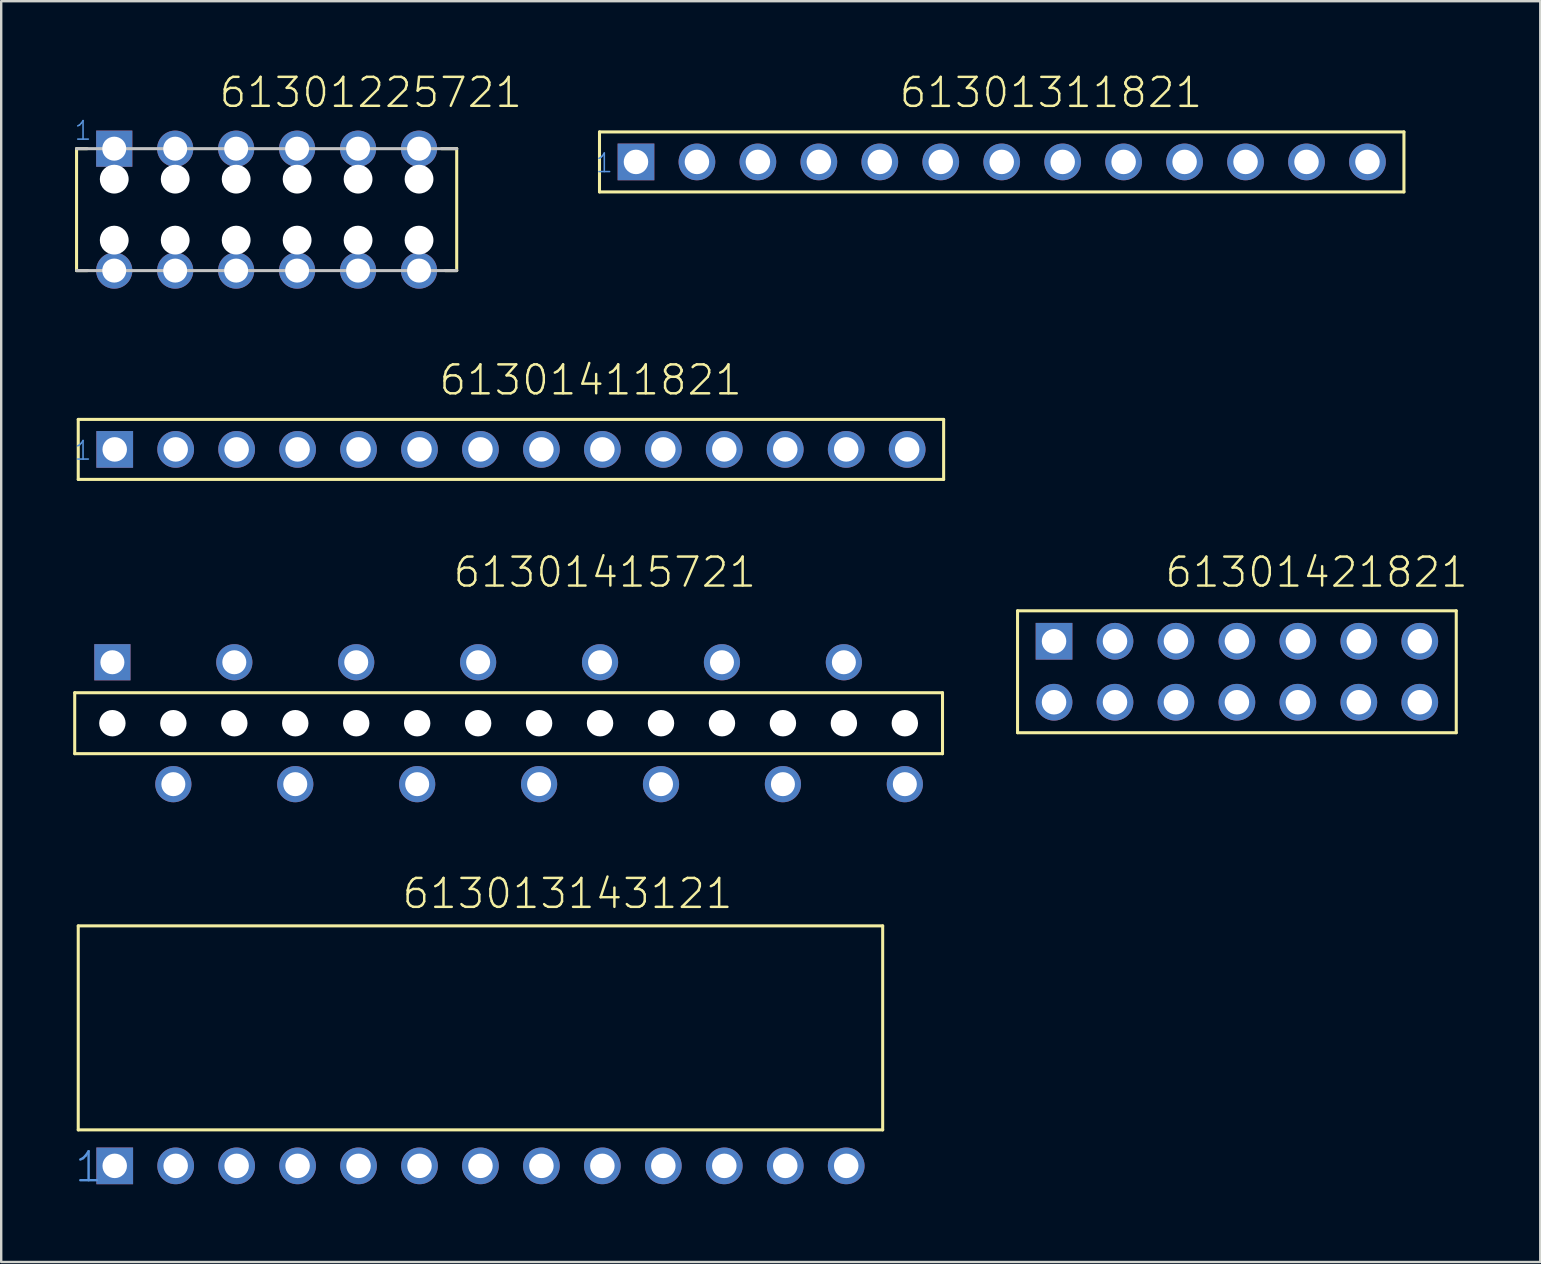
<source format=kicad_pcb>
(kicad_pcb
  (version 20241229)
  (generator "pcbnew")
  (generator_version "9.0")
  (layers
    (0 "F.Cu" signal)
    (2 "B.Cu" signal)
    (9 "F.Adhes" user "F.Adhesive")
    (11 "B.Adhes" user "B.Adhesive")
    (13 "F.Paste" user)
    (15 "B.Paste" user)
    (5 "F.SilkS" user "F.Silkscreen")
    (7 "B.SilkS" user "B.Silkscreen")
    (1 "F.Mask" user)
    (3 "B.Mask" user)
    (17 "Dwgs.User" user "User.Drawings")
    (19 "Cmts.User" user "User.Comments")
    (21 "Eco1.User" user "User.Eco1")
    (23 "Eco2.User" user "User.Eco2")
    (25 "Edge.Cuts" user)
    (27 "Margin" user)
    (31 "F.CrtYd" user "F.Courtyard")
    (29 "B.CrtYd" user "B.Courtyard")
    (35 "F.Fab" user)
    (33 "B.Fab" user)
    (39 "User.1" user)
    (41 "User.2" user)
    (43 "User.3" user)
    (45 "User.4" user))
  (footprint "61301421821"
    (layer "F.Cu")
    (at 48.49 24.941)
    (property "Reference" "61301421821" (at -3.063 -3.44 0) (layer "F.SilkS") (effects (font (size 1.206 1.206) (thickness 0.102)) (justify left bottom)))
    (attr through_hole)
    (fp_line (start -9.14 -2.54) (end -9.14 2.54) (stroke (width 0.127) (type solid)) (layer "F.SilkS"))
    (fp_line (start -9.14 2.54) (end 9.14 2.54) (stroke (width 0.127) (type solid)) (layer "F.SilkS"))
    (fp_line (start 9.14 -2.54) (end -9.14 -2.54) (stroke (width 0.127) (type solid)) (layer "F.SilkS"))
    (fp_line (start 9.14 2.54) (end 9.14 -2.54) (stroke (width 0.127) (type solid)) (layer "F.SilkS"))
    (fp_text user "1" (at -7.85 -1 0) (layer "Cmts.User") (effects (font (size 0.579 0.579) (thickness 0.049)) (justify left bottom)))
    (pad "1" thru_hole rect (at -7.62 -1.27) (size 1.53 1.53) (drill 1.02) (layers "*.Cu" "*.Mask"))
    (pad "2" thru_hole circle (at -5.08 -1.27) (size 1.53 1.53) (drill 1.02) (layers "*.Cu" "*.Mask"))
    (pad "3" thru_hole circle (at -2.54 -1.27) (size 1.53 1.53) (drill 1.02) (layers "*.Cu" "*.Mask"))
    (pad "4" thru_hole circle (at 0 -1.27) (size 1.53 1.53) (drill 1.02) (layers "*.Cu" "*.Mask"))
    (pad "5" thru_hole circle (at 2.54 -1.27) (size 1.53 1.53) (drill 1.02) (layers "*.Cu" "*.Mask"))
    (pad "6" thru_hole circle (at 5.08 -1.27) (size 1.53 1.53) (drill 1.02) (layers "*.Cu" "*.Mask"))
    (pad "7" thru_hole circle (at 7.62 -1.27) (size 1.53 1.53) (drill 1.02) (layers "*.Cu" "*.Mask"))
    (pad "8" thru_hole circle (at 7.62 1.27) (size 1.53 1.53) (drill 1.02) (layers "*.Cu" "*.Mask"))
    (pad "9" thru_hole circle (at 5.08 1.27) (size 1.53 1.53) (drill 1.02) (layers "*.Cu" "*.Mask"))
    (pad "10" thru_hole circle (at 2.54 1.27) (size 1.53 1.53) (drill 1.02) (layers "*.Cu" "*.Mask"))
    (pad "11" thru_hole circle (at 0 1.27) (size 1.53 1.53) (drill 1.02) (layers "*.Cu" "*.Mask"))
    (pad "12" thru_hole circle (at -2.54 1.27) (size 1.53 1.53) (drill 1.02) (layers "*.Cu" "*.Mask"))
    (pad "13" thru_hole circle (at -5.08 1.27) (size 1.53 1.53) (drill 1.02) (layers "*.Cu" "*.Mask"))
    (pad "14" thru_hole circle (at -7.62 1.27) (size 1.53 1.53) (drill 1.02) (layers "*.Cu" "*.Mask")))
  (footprint "61301225721"
    (layer "F.Cu")
    (at 8.06 5.685)
    (property "Reference" "61301225721" (at -2.043 -4.174 0) (layer "F.SilkS") (effects (font (size 1.206 1.206) (thickness 0.102)) (justify left bottom)))
    (attr through_hole)
    (fp_line (start -7.92 2.54) (end -7.92 -2.54) (stroke (width 0.127) (type solid)) (layer "F.SilkS"))
    (fp_line (start -7.48 -2.54) (end -7.92 -2.54) (stroke (width 0.127) (type solid)) (layer "F.SilkS"))
    (fp_line (start -7.46 2.54) (end -7.92 2.54) (stroke (width 0.127) (type solid)) (layer "F.SilkS"))
    (fp_line (start 7.29 -2.54) (end 7.92 -2.54) (stroke (width 0.127) (type solid)) (layer "F.SilkS"))
    (fp_line (start 7.44 2.54) (end 7.92 2.54) (stroke (width 0.127) (type solid)) (layer "F.SilkS"))
    (fp_line (start 7.92 -2.54) (end 7.92 2.54) (stroke (width 0.127) (type solid)) (layer "F.SilkS"))
    (fp_line (start -7.92 -2.54) (end 7.92 -2.54) (stroke (width 0.127) (type solid)) (layer "Dwgs.User"))
    (fp_line (start 7.92 2.54) (end -7.92 2.54) (stroke (width 0.127) (type solid)) (layer "Dwgs.User"))
    (fp_text user "1" (at -8.06 -2.84 0) (layer "Cmts.User") (effects (font (size 0.772 0.772) (thickness 0.065)) (justify left bottom)))
    (pad "" np_thru_hole circle (at -6.35 -1.27) (size 1.2 1.2) (drill 1.2) (layers "*.Cu"))
    (pad "" np_thru_hole circle (at -6.35 1.27) (size 1.2 1.2) (drill 1.2) (layers "*.Cu"))
    (pad "" np_thru_hole circle (at -3.81 -1.27) (size 1.2 1.2) (drill 1.2) (layers "*.Cu"))
    (pad "" np_thru_hole circle (at -3.81 1.27) (size 1.2 1.2) (drill 1.2) (layers "*.Cu"))
    (pad "" np_thru_hole circle (at -1.27 -1.27) (size 1.2 1.2) (drill 1.2) (layers "*.Cu"))
    (pad "" np_thru_hole circle (at -1.27 1.27) (size 1.2 1.2) (drill 1.2) (layers "*.Cu"))
    (pad "" np_thru_hole circle (at 1.27 -1.27) (size 1.2 1.2) (drill 1.2) (layers "*.Cu"))
    (pad "" np_thru_hole circle (at 1.27 1.27) (size 1.2 1.2) (drill 1.2) (layers "*.Cu"))
    (pad "" np_thru_hole circle (at 3.81 -1.27) (size 1.2 1.2) (drill 1.2) (layers "*.Cu"))
    (pad "" np_thru_hole circle (at 3.81 1.27) (size 1.2 1.2) (drill 1.2) (layers "*.Cu"))
    (pad "" np_thru_hole circle (at 6.35 -1.27) (size 1.2 1.2) (drill 1.2) (layers "*.Cu"))
    (pad "" np_thru_hole circle (at 6.35 1.27) (size 1.2 1.2) (drill 1.2) (layers "*.Cu"))
    (pad "1" thru_hole rect (at -6.35 -2.54) (size 1.508 1.508) (drill 1) (layers "*.Cu" "*.Mask"))
    (pad "2" thru_hole circle (at -3.81 -2.54) (size 1.508 1.508) (drill 1) (layers "*.Cu" "*.Mask"))
    (pad "3" thru_hole circle (at -1.27 -2.54) (size 1.508 1.508) (drill 1) (layers "*.Cu" "*.Mask"))
    (pad "4" thru_hole circle (at 1.27 -2.54) (size 1.508 1.508) (drill 1) (layers "*.Cu" "*.Mask"))
    (pad "5" thru_hole circle (at 3.81 -2.54) (size 1.508 1.508) (drill 1) (layers "*.Cu" "*.Mask"))
    (pad "6" thru_hole circle (at 6.35 -2.54) (size 1.508 1.508) (drill 1) (layers "*.Cu" "*.Mask"))
    (pad "7" thru_hole circle (at 6.35 2.54) (size 1.508 1.508) (drill 1) (layers "*.Cu" "*.Mask"))
    (pad "8" thru_hole circle (at 3.81 2.54) (size 1.508 1.508) (drill 1) (layers "*.Cu" "*.Mask"))
    (pad "9" thru_hole circle (at 1.27 2.54) (size 1.508 1.508) (drill 1) (layers "*.Cu" "*.Mask"))
    (pad "10" thru_hole circle (at -1.27 2.54) (size 1.508 1.508) (drill 1) (layers "*.Cu" "*.Mask"))
    (pad "11" thru_hole circle (at -3.81 2.54) (size 1.508 1.508) (drill 1) (layers "*.Cu" "*.Mask"))
    (pad "12" thru_hole circle (at -6.35 2.54) (size 1.508 1.508) (drill 1) (layers "*.Cu" "*.Mask")))
  (footprint "613013143121"
    (layer "F.Cu")
    (at 16.97 45.53)
    (property "Reference" "613013143121" (at -3.33 -10.64 0) (layer "F.SilkS") (effects (font (size 1.206 1.206) (thickness 0.102)) (justify left bottom)))
    (attr through_hole)
    (fp_line (start -16.76 -10) (end -16.76 -1.5) (stroke (width 0.127) (type solid)) (layer "F.SilkS"))
    (fp_line (start -16.76 -10) (end 16.76 -10) (stroke (width 0.127) (type solid)) (layer "F.SilkS"))
    (fp_line (start -16.76 -1.5) (end 16.76 -1.5) (stroke (width 0.127) (type solid)) (layer "F.SilkS"))
    (fp_line (start 16.76 -10) (end 16.76 -1.5) (stroke (width 0.127) (type solid)) (layer "F.SilkS"))
    (fp_text user "1" (at -16.97 0.75 0) (layer "Cmts.User") (effects (font (size 1.206 1.206) (thickness 0.102)) (justify left bottom)))
    (pad "1" thru_hole rect (at -15.24 0) (size 1.53 1.53) (drill 1.02) (layers "*.Cu" "*.Mask"))
    (pad "2" thru_hole circle (at -12.7 0) (size 1.53 1.53) (drill 1.02) (layers "*.Cu" "*.Mask"))
    (pad "3" thru_hole circle (at -10.16 0) (size 1.53 1.53) (drill 1.02) (layers "*.Cu" "*.Mask"))
    (pad "4" thru_hole circle (at -7.62 0) (size 1.53 1.53) (drill 1.02) (layers "*.Cu" "*.Mask"))
    (pad "5" thru_hole circle (at -5.08 0) (size 1.53 1.53) (drill 1.02) (layers "*.Cu" "*.Mask"))
    (pad "6" thru_hole circle (at -2.54 0) (size 1.53 1.53) (drill 1.02) (layers "*.Cu" "*.Mask"))
    (pad "7" thru_hole circle (at 0 0) (size 1.53 1.53) (drill 1.02) (layers "*.Cu" "*.Mask"))
    (pad "8" thru_hole circle (at 2.54 0) (size 1.53 1.53) (drill 1.02) (layers "*.Cu" "*.Mask"))
    (pad "9" thru_hole circle (at 5.08 0) (size 1.53 1.53) (drill 1.02) (layers "*.Cu" "*.Mask"))
    (pad "10" thru_hole circle (at 7.62 0) (size 1.53 1.53) (drill 1.02) (layers "*.Cu" "*.Mask"))
    (pad "11" thru_hole circle (at 10.16 0) (size 1.53 1.53) (drill 1.02) (layers "*.Cu" "*.Mask"))
    (pad "12" thru_hole circle (at 12.7 0) (size 1.53 1.53) (drill 1.02) (layers "*.Cu" "*.Mask"))
    (pad "13" thru_hole circle (at 15.24 0) (size 1.53 1.53) (drill 1.02) (layers "*.Cu" "*.Mask")))
  (footprint "61301415721"
    (layer "F.Cu")
    (at 18.143 27.085)
    (property "Reference" "61301415721" (at -2.375 -5.584 0) (layer "F.SilkS") (effects (font (size 1.206 1.206) (thickness 0.102)) (justify left bottom)))
    (attr through_hole)
    (fp_line (start -18.08 -1.27) (end 18.08 -1.27) (stroke (width 0.127) (type solid)) (layer "F.SilkS"))
    (fp_line (start -18.08 1.27) (end -18.08 -1.27) (stroke (width 0.127) (type solid)) (layer "F.SilkS"))
    (fp_line (start 18.08 -1.27) (end 18.08 1.27) (stroke (width 0.127) (type solid)) (layer "F.SilkS"))
    (fp_line (start 18.08 1.27) (end -18.08 1.27) (stroke (width 0.127) (type solid)) (layer "F.SilkS"))
    (pad "" np_thru_hole circle (at -16.51 0) (size 1.1 1.1) (drill 1.1) (layers "*.Cu"))
    (pad "" np_thru_hole circle (at -13.97 0) (size 1.1 1.1) (drill 1.1) (layers "*.Cu"))
    (pad "" np_thru_hole circle (at -11.43 0) (size 1.1 1.1) (drill 1.1) (layers "*.Cu"))
    (pad "" np_thru_hole circle (at -8.89 0) (size 1.1 1.1) (drill 1.1) (layers "*.Cu"))
    (pad "" np_thru_hole circle (at -6.35 0) (size 1.1 1.1) (drill 1.1) (layers "*.Cu"))
    (pad "" np_thru_hole circle (at -3.81 0) (size 1.1 1.1) (drill 1.1) (layers "*.Cu"))
    (pad "" np_thru_hole circle (at -1.27 0) (size 1.1 1.1) (drill 1.1) (layers "*.Cu"))
    (pad "" np_thru_hole circle (at 1.27 0) (size 1.1 1.1) (drill 1.1) (layers "*.Cu"))
    (pad "" np_thru_hole circle (at 3.81 0) (size 1.1 1.1) (drill 1.1) (layers "*.Cu"))
    (pad "" np_thru_hole circle (at 6.35 0) (size 1.1 1.1) (drill 1.1) (layers "*.Cu"))
    (pad "" np_thru_hole circle (at 8.89 0) (size 1.1 1.1) (drill 1.1) (layers "*.Cu"))
    (pad "" np_thru_hole circle (at 11.43 0) (size 1.1 1.1) (drill 1.1) (layers "*.Cu"))
    (pad "" np_thru_hole circle (at 13.97 0) (size 1.1 1.1) (drill 1.1) (layers "*.Cu"))
    (pad "" np_thru_hole circle (at 16.51 0) (size 1.1 1.1) (drill 1.1) (layers "*.Cu"))
    (pad "1" thru_hole rect (at -16.51 -2.54) (size 1.508 1.508) (drill 1) (layers "*.Cu" "*.Mask"))
    (pad "2" thru_hole circle (at -11.43 -2.54) (size 1.508 1.508) (drill 1) (layers "*.Cu" "*.Mask"))
    (pad "3" thru_hole circle (at -6.35 -2.54) (size 1.508 1.508) (drill 1) (layers "*.Cu" "*.Mask"))
    (pad "4" thru_hole circle (at -1.27 -2.54) (size 1.508 1.508) (drill 1) (layers "*.Cu" "*.Mask"))
    (pad "5" thru_hole circle (at 3.81 -2.54) (size 1.508 1.508) (drill 1) (layers "*.Cu" "*.Mask"))
    (pad "6" thru_hole circle (at 8.89 -2.54) (size 1.508 1.508) (drill 1) (layers "*.Cu" "*.Mask"))
    (pad "7" thru_hole circle (at 13.97 -2.54) (size 1.508 1.508) (drill 1) (layers "*.Cu" "*.Mask"))
    (pad "8" thru_hole circle (at 16.51 2.54) (size 1.508 1.508) (drill 1) (layers "*.Cu" "*.Mask"))
    (pad "9" thru_hole circle (at 11.43 2.54) (size 1.508 1.508) (drill 1) (layers "*.Cu" "*.Mask"))
    (pad "10" thru_hole circle (at 6.35 2.54) (size 1.508 1.508) (drill 1) (layers "*.Cu" "*.Mask"))
    (pad "11" thru_hole circle (at 1.27 2.54) (size 1.508 1.508) (drill 1) (layers "*.Cu" "*.Mask"))
    (pad "12" thru_hole circle (at -3.81 2.54) (size 1.508 1.508) (drill 1) (layers "*.Cu" "*.Mask"))
    (pad "13" thru_hole circle (at -8.89 2.54) (size 1.508 1.508) (drill 1) (layers "*.Cu" "*.Mask"))
    (pad "14" thru_hole circle (at -13.97 2.54) (size 1.508 1.508) (drill 1) (layers "*.Cu" "*.Mask")))
  (footprint "61301411821"
    (layer "F.Cu")
    (at 18.24 15.676)
    (property "Reference" "61301411821" (at -3.063 -2.185 0) (layer "F.SilkS") (effects (font (size 1.206 1.206) (thickness 0.102)) (justify left bottom)))
    (attr through_hole)
    (fp_line (start -18.03 -1.25) (end -18.03 1.25) (stroke (width 0.127) (type solid)) (layer "F.SilkS"))
    (fp_line (start -18.03 1.25) (end 18.03 1.25) (stroke (width 0.127) (type solid)) (layer "F.SilkS"))
    (fp_line (start 18.03 -1.25) (end -18.03 -1.25) (stroke (width 0.127) (type solid)) (layer "F.SilkS"))
    (fp_line (start 18.03 1.25) (end 18.03 -1.25) (stroke (width 0.127) (type solid)) (layer "F.SilkS"))
    (fp_text user "1" (at -18.24 0.5 0) (layer "Cmts.User") (effects (font (size 0.772 0.772) (thickness 0.065)) (justify left bottom)))
    (pad "1" thru_hole rect (at -16.51 0) (size 1.53 1.53) (drill 1.02) (layers "*.Cu" "*.Mask"))
    (pad "2" thru_hole circle (at -13.97 0) (size 1.53 1.53) (drill 1.02) (layers "*.Cu" "*.Mask"))
    (pad "3" thru_hole circle (at -11.43 0) (size 1.53 1.53) (drill 1.02) (layers "*.Cu" "*.Mask"))
    (pad "4" thru_hole circle (at -8.89 0) (size 1.53 1.53) (drill 1.02) (layers "*.Cu" "*.Mask"))
    (pad "5" thru_hole circle (at -6.35 0) (size 1.53 1.53) (drill 1.02) (layers "*.Cu" "*.Mask"))
    (pad "6" thru_hole circle (at -3.81 0) (size 1.53 1.53) (drill 1.02) (layers "*.Cu" "*.Mask"))
    (pad "7" thru_hole circle (at -1.27 0) (size 1.53 1.53) (drill 1.02) (layers "*.Cu" "*.Mask"))
    (pad "8" thru_hole circle (at 1.27 0) (size 1.53 1.53) (drill 1.02) (layers "*.Cu" "*.Mask"))
    (pad "9" thru_hole circle (at 3.81 0) (size 1.53 1.53) (drill 1.02) (layers "*.Cu" "*.Mask"))
    (pad "10" thru_hole circle (at 6.35 0) (size 1.53 1.53) (drill 1.02) (layers "*.Cu" "*.Mask"))
    (pad "11" thru_hole circle (at 8.89 0) (size 1.53 1.53) (drill 1.02) (layers "*.Cu" "*.Mask"))
    (pad "12" thru_hole circle (at 11.43 0) (size 1.53 1.53) (drill 1.02) (layers "*.Cu" "*.Mask"))
    (pad "13" thru_hole circle (at 13.97 0) (size 1.53 1.53) (drill 1.02) (layers "*.Cu" "*.Mask"))
    (pad "14" thru_hole circle (at 16.51 0) (size 1.53 1.53) (drill 1.02) (layers "*.Cu" "*.Mask")))
  (footprint "61301311821"
    (layer "F.Cu")
    (at 37.42 3.697)
    (property "Reference" "61301311821" (at -3.063 -2.185 0) (layer "F.SilkS") (effects (font (size 1.206 1.206) (thickness 0.102)) (justify left bottom)))
    (attr through_hole)
    (fp_line (start -15.49 -1.25) (end -15.49 1.25) (stroke (width 0.127) (type solid)) (layer "F.SilkS"))
    (fp_line (start -15.49 1.25) (end 18.03 1.25) (stroke (width 0.127) (type solid)) (layer "F.SilkS"))
    (fp_line (start 18.03 -1.25) (end -15.49 -1.25) (stroke (width 0.127) (type solid)) (layer "F.SilkS"))
    (fp_line (start 18.03 1.25) (end 18.03 -1.25) (stroke (width 0.127) (type solid)) (layer "F.SilkS"))
    (fp_text user "1" (at -15.7 0.5 0) (layer "Cmts.User") (effects (font (size 0.772 0.772) (thickness 0.065)) (justify left bottom)))
    (pad "1" thru_hole rect (at -13.97 0) (size 1.53 1.53) (drill 1.02) (layers "*.Cu" "*.Mask"))
    (pad "2" thru_hole circle (at -11.43 0) (size 1.53 1.53) (drill 1.02) (layers "*.Cu" "*.Mask"))
    (pad "3" thru_hole circle (at -8.89 0) (size 1.53 1.53) (drill 1.02) (layers "*.Cu" "*.Mask"))
    (pad "4" thru_hole circle (at -6.35 0) (size 1.53 1.53) (drill 1.02) (layers "*.Cu" "*.Mask"))
    (pad "5" thru_hole circle (at -3.81 0) (size 1.53 1.53) (drill 1.02) (layers "*.Cu" "*.Mask"))
    (pad "6" thru_hole circle (at -1.27 0) (size 1.53 1.53) (drill 1.02) (layers "*.Cu" "*.Mask"))
    (pad "7" thru_hole circle (at 1.27 0) (size 1.53 1.53) (drill 1.02) (layers "*.Cu" "*.Mask"))
    (pad "8" thru_hole circle (at 3.81 0) (size 1.53 1.53) (drill 1.02) (layers "*.Cu" "*.Mask"))
    (pad "9" thru_hole circle (at 6.35 0) (size 1.53 1.53) (drill 1.02) (layers "*.Cu" "*.Mask"))
    (pad "10" thru_hole circle (at 8.89 0) (size 1.53 1.53) (drill 1.02) (layers "*.Cu" "*.Mask"))
    (pad "11" thru_hole circle (at 11.43 0) (size 1.53 1.53) (drill 1.02) (layers "*.Cu" "*.Mask"))
    (pad "12" thru_hole circle (at 13.97 0) (size 1.53 1.53) (drill 1.02) (layers "*.Cu" "*.Mask"))
    (pad "13" thru_hole circle (at 16.51 0) (size 1.53 1.53) (drill 1.02) (layers "*.Cu" "*.Mask")))
  (gr_rect
    (start -3 -3)
    (end 61.131 49.537)
    (stroke (width 0.1) (type default))
    (fill no)
    (layer "Edge.Cuts")))
</source>
